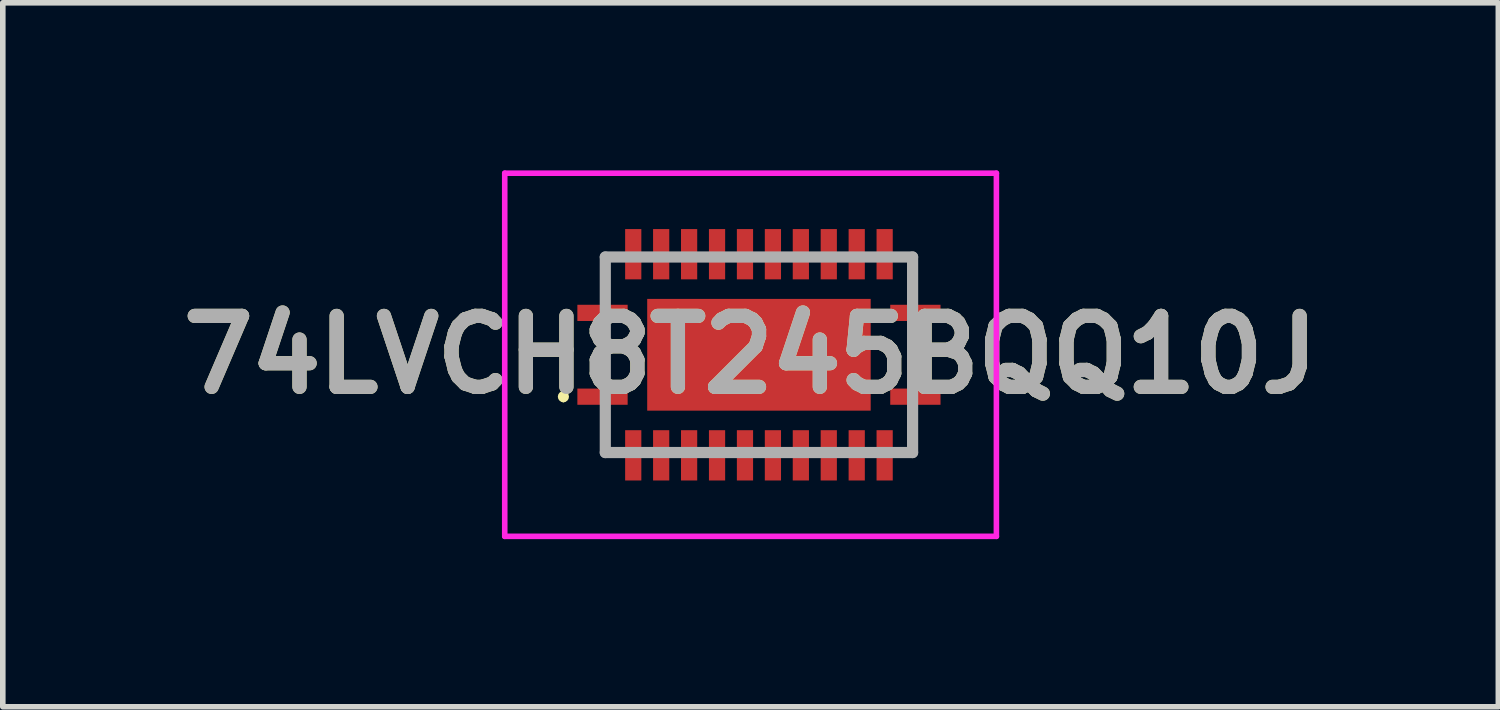
<source format=kicad_pcb>
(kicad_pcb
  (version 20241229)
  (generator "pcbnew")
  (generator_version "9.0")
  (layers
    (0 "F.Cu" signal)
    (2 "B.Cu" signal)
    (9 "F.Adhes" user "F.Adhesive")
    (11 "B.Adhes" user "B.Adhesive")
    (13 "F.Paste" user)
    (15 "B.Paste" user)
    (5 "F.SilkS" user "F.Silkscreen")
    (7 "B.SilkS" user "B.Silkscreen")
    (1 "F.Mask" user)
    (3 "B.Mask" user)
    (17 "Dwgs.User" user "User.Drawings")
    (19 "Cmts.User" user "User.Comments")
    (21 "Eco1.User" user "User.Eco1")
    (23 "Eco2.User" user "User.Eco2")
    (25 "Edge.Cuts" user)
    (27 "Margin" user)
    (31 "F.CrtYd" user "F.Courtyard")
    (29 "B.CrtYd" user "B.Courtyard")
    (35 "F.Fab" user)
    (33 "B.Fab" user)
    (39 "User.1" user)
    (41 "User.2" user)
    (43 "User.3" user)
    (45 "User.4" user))
  (footprint "74LVCH8T245BQQ10J"
    (layer "F.Cu")
    (at 10.534 3.3)
    (property "Reference" "74LVCH8T245BQQ10J" (at -0.15 0 0) (layer "F.SilkS") (effects (font (size 1.27 1.27) (thickness 0.254))))
    (attr smd)
    (fp_line (start -3.5 0.7) (end -3.5 0.7) (stroke (width 0.1) (type solid)) (layer "F.SilkS"))
    (fp_line (start -3.5 0.8) (end -3.5 0.8) (stroke (width 0.1) (type solid)) (layer "F.SilkS"))
    (fp_line (start -2.75 -1.75) (end -2.75 -1) (stroke (width 0.1) (type solid)) (layer "F.SilkS"))
    (fp_line (start -2.75 -0.4) (end -2.75 0.4) (stroke (width 0.1) (type solid)) (layer "F.SilkS"))
    (fp_line (start -2.75 1) (end -2.75 1.75) (stroke (width 0.1) (type solid)) (layer "F.SilkS"))
    (fp_line (start -2.75 1.75) (end -2.6 1.75) (stroke (width 0.1) (type solid)) (layer "F.SilkS"))
    (fp_line (start -2.6 -1.75) (end -2.75 -1.75) (stroke (width 0.1) (type solid)) (layer "F.SilkS"))
    (fp_line (start 2.6 -1.75) (end 2.75 -1.75) (stroke (width 0.1) (type solid)) (layer "F.SilkS"))
    (fp_line (start 2.75 -1.75) (end 2.75 -1) (stroke (width 0.1) (type solid)) (layer "F.SilkS"))
    (fp_line (start 2.75 -0.4) (end 2.75 0.4) (stroke (width 0.1) (type solid)) (layer "F.SilkS"))
    (fp_line (start 2.75 1) (end 2.75 1.75) (stroke (width 0.1) (type solid)) (layer "F.SilkS"))
    (fp_line (start 2.75 1.75) (end 2.6 1.75) (stroke (width 0.1) (type solid)) (layer "F.SilkS"))
    (fp_arc (start -3.5 0.7) (mid -3.45 0.75) (end -3.5 0.8) (stroke (width 0.1) (type solid)) (layer "F.SilkS"))
    (fp_arc (start -3.5 0.8) (mid -3.55 0.75) (end -3.5 0.7) (stroke (width 0.1) (type solid)) (layer "F.SilkS"))
    (fp_line (start -4.55 -3.25) (end 4.25 -3.25) (stroke (width 0.1) (type solid)) (layer "F.CrtYd"))
    (fp_line (start -4.55 3.25) (end -4.55 -3.25) (stroke (width 0.1) (type solid)) (layer "F.CrtYd"))
    (fp_line (start 4.25 -3.25) (end 4.25 3.25) (stroke (width 0.1) (type solid)) (layer "F.CrtYd"))
    (fp_line (start 4.25 3.25) (end -4.55 3.25) (stroke (width 0.1) (type solid)) (layer "F.CrtYd"))
    (fp_line (start -2.75 -1.75) (end 2.75 -1.75) (stroke (width 0.2) (type solid)) (layer "F.Fab"))
    (fp_line (start -2.75 1.75) (end -2.75 -1.75) (stroke (width 0.2) (type solid)) (layer "F.Fab"))
    (fp_line (start 2.75 -1.75) (end 2.75 1.75) (stroke (width 0.2) (type solid)) (layer "F.Fab"))
    (fp_line (start 2.75 1.75) (end -2.75 1.75) (stroke (width 0.2) (type solid)) (layer "F.Fab"))
    (fp_text user "${REFERENCE}" (at -0.15 0 0) (layer "F.Fab") (effects (font (size 1.27 1.27) (thickness 0.254))))
    (pad "1" smd rect (at -2.8 0.75 90) (size 0.29 0.9) (layers "F.Cu" "F.Mask" "F.Paste"))
    (pad "2" smd rect (at -2.25 1.8) (size 0.29 0.9) (layers "F.Cu" "F.Mask" "F.Paste"))
    (pad "3" smd rect (at -1.75 1.8) (size 0.29 0.9) (layers "F.Cu" "F.Mask" "F.Paste"))
    (pad "4" smd rect (at -1.25 1.8) (size 0.29 0.9) (layers "F.Cu" "F.Mask" "F.Paste"))
    (pad "5" smd rect (at -0.75 1.8) (size 0.29 0.9) (layers "F.Cu" "F.Mask" "F.Paste"))
    (pad "6" smd rect (at -0.25 1.8) (size 0.29 0.9) (layers "F.Cu" "F.Mask" "F.Paste"))
    (pad "7" smd rect (at 0.25 1.8) (size 0.29 0.9) (layers "F.Cu" "F.Mask" "F.Paste"))
    (pad "8" smd rect (at 0.75 1.8) (size 0.29 0.9) (layers "F.Cu" "F.Mask" "F.Paste"))
    (pad "9" smd rect (at 1.25 1.8) (size 0.29 0.9) (layers "F.Cu" "F.Mask" "F.Paste"))
    (pad "10" smd rect (at 1.75 1.8) (size 0.29 0.9) (layers "F.Cu" "F.Mask" "F.Paste"))
    (pad "11" smd rect (at 2.25 1.8) (size 0.29 0.9) (layers "F.Cu" "F.Mask" "F.Paste"))
    (pad "12" smd rect (at 2.8 0.75 90) (size 0.29 0.9) (layers "F.Cu" "F.Mask" "F.Paste"))
    (pad "13" smd rect (at 2.8 -0.75 90) (size 0.29 0.9) (layers "F.Cu" "F.Mask" "F.Paste"))
    (pad "14" smd rect (at 2.25 -1.8) (size 0.29 0.9) (layers "F.Cu" "F.Mask" "F.Paste"))
    (pad "15" smd rect (at 1.75 -1.8) (size 0.29 0.9) (layers "F.Cu" "F.Mask" "F.Paste"))
    (pad "16" smd rect (at 1.25 -1.8) (size 0.29 0.9) (layers "F.Cu" "F.Mask" "F.Paste"))
    (pad "17" smd rect (at 0.75 -1.8) (size 0.29 0.9) (layers "F.Cu" "F.Mask" "F.Paste"))
    (pad "18" smd rect (at 0.25 -1.8) (size 0.29 0.9) (layers "F.Cu" "F.Mask" "F.Paste"))
    (pad "19" smd rect (at -0.25 -1.8) (size 0.29 0.9) (layers "F.Cu" "F.Mask" "F.Paste"))
    (pad "20" smd rect (at -0.75 -1.8) (size 0.29 0.9) (layers "F.Cu" "F.Mask" "F.Paste"))
    (pad "21" smd rect (at -1.25 -1.8) (size 0.29 0.9) (layers "F.Cu" "F.Mask" "F.Paste"))
    (pad "22" smd rect (at -1.75 -1.8) (size 0.29 0.9) (layers "F.Cu" "F.Mask" "F.Paste"))
    (pad "23" smd rect (at -2.25 -1.8) (size 0.29 0.9) (layers "F.Cu" "F.Mask" "F.Paste"))
    (pad "24" smd rect (at -2.8 -0.75 90) (size 0.29 0.9) (layers "F.Cu" "F.Mask" "F.Paste"))
    (pad "25" smd rect (at 0 0 90) (size 2 4) (layers "F.Cu" "F.Mask" "F.Paste")))
  (gr_rect
    (start -3 -3)
    (end 23.768 9.6)
    (stroke (width 0.1) (type default))
    (fill no)
    (layer "Edge.Cuts")))
</source>
